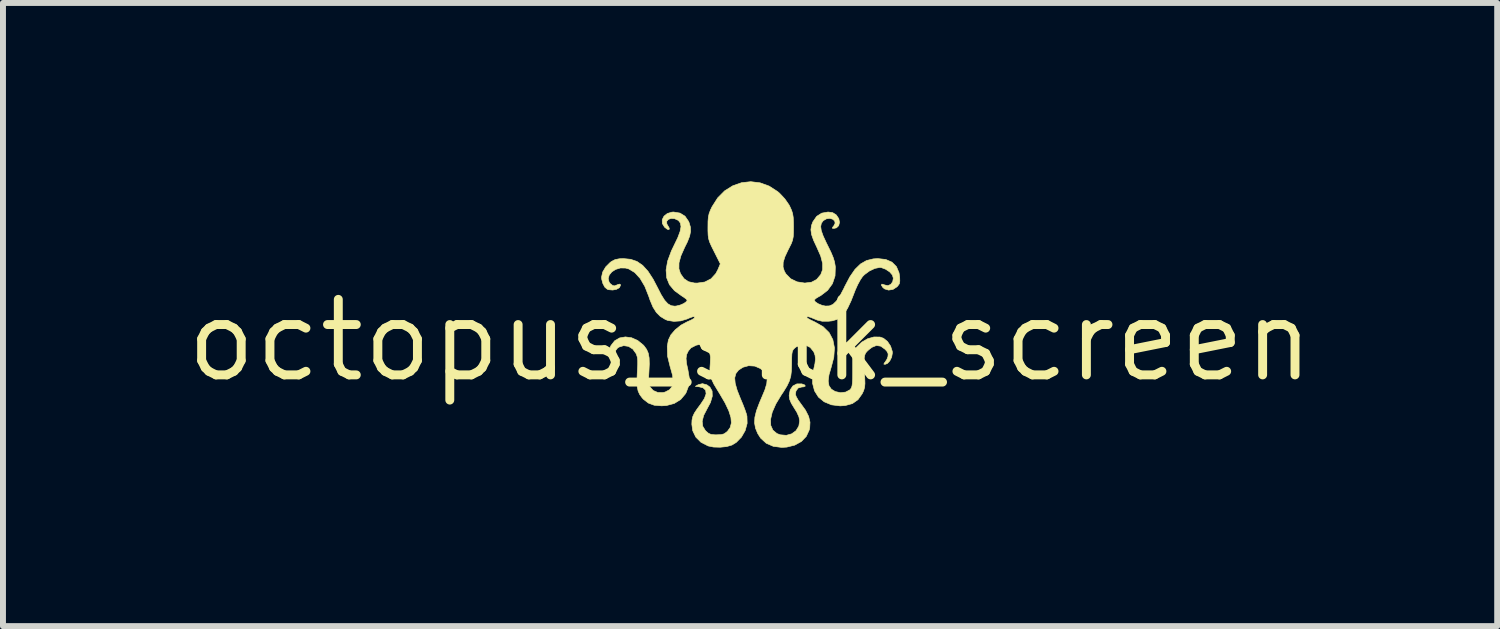
<source format=kicad_pcb>
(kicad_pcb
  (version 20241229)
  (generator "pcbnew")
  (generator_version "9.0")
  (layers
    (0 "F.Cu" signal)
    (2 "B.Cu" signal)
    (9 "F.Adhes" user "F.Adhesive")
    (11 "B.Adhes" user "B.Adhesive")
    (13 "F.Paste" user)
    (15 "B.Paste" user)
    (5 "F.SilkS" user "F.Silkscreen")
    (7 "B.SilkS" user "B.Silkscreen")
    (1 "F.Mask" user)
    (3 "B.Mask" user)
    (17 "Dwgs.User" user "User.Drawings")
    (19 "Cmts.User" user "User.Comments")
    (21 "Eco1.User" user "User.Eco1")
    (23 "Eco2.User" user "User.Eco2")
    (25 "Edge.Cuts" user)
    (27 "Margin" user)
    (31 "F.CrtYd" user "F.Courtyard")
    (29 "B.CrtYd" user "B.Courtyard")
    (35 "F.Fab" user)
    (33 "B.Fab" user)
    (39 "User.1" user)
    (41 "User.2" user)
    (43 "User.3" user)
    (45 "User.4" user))
  (footprint "octopus_silk_screen"
    (layer "F.Cu")
    (at 9.563 2.674)
    (property "Reference" "octopus_silk_screen" (at 0 0 0) (layer "F.SilkS") (effects (font (size 1.27 1.27) (thickness 0.15))))
    (attr through_hole)
    (fp_poly (pts (xy 0.168 -2.65) (xy 0.32 -2.595) (xy 0.464 -2.502) (xy 0.496 -2.474) (xy 0.584 -2.38) (xy 0.655 -2.278) (xy 0.67 -2.248) (xy 0.698 -2.186) (xy 0.715 -2.131) (xy 0.725 -2.068) (xy 0.729 -1.985) (xy 0.73 -1.912) (xy 0.729 -1.814) (xy 0.725 -1.743) (xy 0.714 -1.687) (xy 0.694 -1.631) (xy 0.659 -1.561) (xy 0.64 -1.524) (xy 0.585 -1.407) (xy 0.556 -1.313) (xy 0.554 -1.234) (xy 0.576 -1.163) (xy 0.602 -1.119) (xy 0.682 -1.037) (xy 0.789 -0.985) (xy 0.916 -0.965) (xy 0.923 -0.965) (xy 1.033 -0.979) (xy 1.119 -1.025) (xy 1.188 -1.107) (xy 1.219 -1.191) (xy 1.219 -1.295) (xy 1.187 -1.419) (xy 1.124 -1.562) (xy 1.067 -1.684) (xy 1.033 -1.781) (xy 1.022 -1.861) (xy 1.032 -1.933) (xy 1.055 -1.994) (xy 1.119 -2.086) (xy 1.204 -2.14) (xy 1.31 -2.159) (xy 1.311 -2.159) (xy 1.387 -2.149) (xy 1.445 -2.113) (xy 1.451 -2.107) (xy 1.491 -2.047) (xy 1.503 -1.985) (xy 1.489 -1.929) (xy 1.452 -1.893) (xy 1.411 -1.884) (xy 1.383 -1.886) (xy 1.386 -1.901) (xy 1.406 -1.924) (xy 1.43 -1.971) (xy 1.421 -2.01) (xy 1.387 -2.039) (xy 1.339 -2.052) (xy 1.284 -2.045) (xy 1.232 -2.015) (xy 1.228 -2.011) (xy 1.197 -1.968) (xy 1.187 -1.915) (xy 1.196 -1.847) (xy 1.228 -1.757) (xy 1.282 -1.64) (xy 1.303 -1.598) (xy 1.359 -1.484) (xy 1.396 -1.396) (xy 1.419 -1.322) (xy 1.431 -1.252) (xy 1.433 -1.233) (xy 1.428 -1.084) (xy 1.384 -0.953) (xy 1.303 -0.842) (xy 1.187 -0.753) (xy 1.16 -0.739) (xy 1.11 -0.709) (xy 1.082 -0.684) (xy 1.079 -0.677) (xy 1.098 -0.647) (xy 1.146 -0.616) (xy 1.21 -0.59) (xy 1.265 -0.578) (xy 1.332 -0.58) (xy 1.393 -0.606) (xy 1.451 -0.662) (xy 1.511 -0.75) (xy 1.577 -0.875) (xy 1.59 -0.904) (xy 1.677 -1.069) (xy 1.764 -1.195) (xy 1.856 -1.285) (xy 1.957 -1.343) (xy 2.071 -1.371) (xy 2.147 -1.376) (xy 2.281 -1.361) (xy 2.385 -1.316) (xy 2.46 -1.241) (xy 2.504 -1.137) (xy 2.515 -1.067) (xy 2.517 -0.997) (xy 2.509 -0.952) (xy 2.483 -0.916) (xy 2.469 -0.901) (xy 2.403 -0.858) (xy 2.329 -0.846) (xy 2.262 -0.866) (xy 2.233 -0.889) (xy 2.207 -0.929) (xy 2.215 -0.947) (xy 2.253 -0.937) (xy 2.263 -0.932) (xy 2.318 -0.921) (xy 2.366 -0.943) (xy 2.398 -0.988) (xy 2.408 -1.047) (xy 2.392 -1.1) (xy 2.347 -1.152) (xy 2.279 -1.197) (xy 2.207 -1.224) (xy 2.18 -1.227) (xy 2.098 -1.211) (xy 2.007 -1.168) (xy 1.924 -1.107) (xy 1.891 -1.074) (xy 1.853 -1.018) (xy 1.809 -0.937) (xy 1.768 -0.846) (xy 1.759 -0.822) (xy 1.697 -0.664) (xy 1.64 -0.543) (xy 1.584 -0.454) (xy 1.524 -0.392) (xy 1.457 -0.352) (xy 1.379 -0.329) (xy 1.313 -0.322) (xy 1.214 -0.322) (xy 1.128 -0.342) (xy 1.09 -0.358) (xy 1.017 -0.388) (xy 0.974 -0.4) (xy 0.955 -0.396) (xy 0.953 -0.386) (xy 0.97 -0.37) (xy 1.018 -0.343) (xy 1.084 -0.312) (xy 1.09 -0.309) (xy 1.227 -0.231) (xy 1.328 -0.132) (xy 1.391 -0.013) (xy 1.418 0.126) (xy 1.407 0.285) (xy 1.365 0.445) (xy 1.326 0.579) (xy 1.313 0.683) (xy 1.326 0.762) (xy 1.366 0.82) (xy 1.432 0.86) (xy 1.52 0.879) (xy 1.606 0.869) (xy 1.676 0.832) (xy 1.687 0.821) (xy 1.702 0.799) (xy 1.713 0.767) (xy 1.72 0.718) (xy 1.724 0.646) (xy 1.725 0.541) (xy 1.725 0.487) (xy 1.725 0.195) (xy 1.79 0.113) (xy 1.876 0.03) (xy 1.976 -0.028) (xy 2.082 -0.058) (xy 2.183 -0.057) (xy 2.243 -0.036) (xy 2.309 0.017) (xy 2.362 0.096) (xy 2.39 0.183) (xy 2.392 0.212) (xy 2.38 0.281) (xy 2.349 0.344) (xy 2.308 0.388) (xy 2.271 0.402) (xy 2.249 0.399) (xy 2.256 0.381) (xy 2.27 0.365) (xy 2.301 0.316) (xy 2.318 0.27) (xy 2.321 0.225) (xy 2.301 0.184) (xy 2.269 0.149) (xy 2.197 0.097) (xy 2.124 0.085) (xy 2.048 0.116) (xy 1.995 0.157) (xy 1.964 0.186) (xy 1.942 0.213) (xy 1.928 0.246) (xy 1.919 0.291) (xy 1.917 0.354) (xy 1.919 0.442) (xy 1.924 0.563) (xy 1.928 0.635) (xy 1.931 0.725) (xy 1.925 0.789) (xy 1.909 0.845) (xy 1.883 0.899) (xy 1.813 0.997) (xy 1.72 1.062) (xy 1.6 1.095) (xy 1.514 1.101) (xy 1.368 1.083) (xy 1.245 1.032) (xy 1.149 0.953) (xy 1.083 0.848) (xy 1.05 0.721) (xy 1.051 0.577) (xy 1.066 0.498) (xy 1.09 0.391) (xy 1.099 0.313) (xy 1.092 0.251) (xy 1.071 0.194) (xy 1.069 0.19) (xy 1.011 0.118) (xy 0.936 0.08) (xy 0.853 0.077) (xy 0.772 0.111) (xy 0.746 0.132) (xy 0.724 0.156) (xy 0.71 0.186) (xy 0.702 0.23) (xy 0.699 0.299) (xy 0.698 0.39) (xy 0.695 0.507) (xy 0.684 0.6) (xy 0.66 0.682) (xy 0.62 0.766) (xy 0.56 0.864) (xy 0.526 0.914) (xy 0.433 1.068) (xy 0.372 1.206) (xy 0.344 1.328) (xy 0.347 1.429) (xy 0.383 1.509) (xy 0.451 1.566) (xy 0.507 1.587) (xy 0.608 1.596) (xy 0.699 1.571) (xy 0.772 1.518) (xy 0.819 1.441) (xy 0.833 1.353) (xy 0.821 1.286) (xy 0.786 1.208) (xy 0.744 1.14) (xy 0.693 1.057) (xy 0.666 0.993) (xy 0.657 0.933) (xy 0.657 0.923) (xy 0.674 0.832) (xy 0.719 0.766) (xy 0.786 0.731) (xy 0.869 0.731) (xy 0.918 0.749) (xy 0.928 0.768) (xy 0.899 0.781) (xy 0.869 0.783) (xy 0.807 0.801) (xy 0.771 0.851) (xy 0.762 0.907) (xy 0.775 0.945) (xy 0.807 1.002) (xy 0.844 1.053) (xy 0.931 1.173) (xy 0.984 1.278) (xy 1.007 1.375) (xy 1.002 1.471) (xy 0.994 1.506) (xy 0.944 1.614) (xy 0.861 1.7) (xy 0.75 1.761) (xy 0.616 1.794) (xy 0.531 1.799) (xy 0.39 1.781) (xy 0.271 1.729) (xy 0.177 1.643) (xy 0.128 1.566) (xy 0.091 1.477) (xy 0.075 1.388) (xy 0.08 1.292) (xy 0.107 1.182) (xy 0.157 1.049) (xy 0.191 0.969) (xy 0.248 0.833) (xy 0.28 0.726) (xy 0.287 0.641) (xy 0.27 0.573) (xy 0.227 0.516) (xy 0.171 0.472) (xy 0.079 0.432) (xy -0.024 0.425) (xy -0.119 0.451) (xy -0.123 0.453) (xy -0.195 0.5) (xy -0.24 0.558) (xy -0.259 0.63) (xy -0.251 0.721) (xy -0.218 0.838) (xy -0.163 0.977) (xy -0.122 1.074) (xy -0.087 1.165) (xy -0.062 1.238) (xy -0.053 1.275) (xy -0.05 1.395) (xy -0.083 1.516) (xy -0.146 1.626) (xy -0.233 1.715) (xy -0.305 1.759) (xy -0.394 1.785) (xy -0.504 1.796) (xy -0.615 1.793) (xy -0.708 1.774) (xy -0.709 1.773) (xy -0.827 1.712) (xy -0.913 1.626) (xy -0.965 1.518) (xy -0.98 1.41) (xy -0.977 1.34) (xy -0.964 1.281) (xy -0.937 1.222) (xy -0.89 1.151) (xy -0.834 1.076) (xy -0.769 0.978) (xy -0.74 0.898) (xy -0.748 0.837) (xy -0.791 0.797) (xy -0.857 0.78) (xy -0.921 0.772) (xy -0.871 0.744) (xy -0.801 0.727) (xy -0.727 0.747) (xy -0.677 0.784) (xy -0.639 0.851) (xy -0.636 0.938) (xy -0.667 1.044) (xy -0.72 1.143) (xy -0.781 1.261) (xy -0.806 1.359) (xy -0.797 1.443) (xy -0.752 1.516) (xy -0.742 1.526) (xy -0.7 1.562) (xy -0.656 1.581) (xy -0.593 1.587) (xy -0.561 1.587) (xy -0.487 1.584) (xy -0.438 1.571) (xy -0.397 1.542) (xy -0.379 1.526) (xy -0.334 1.463) (xy -0.315 1.387) (xy -0.323 1.295) (xy -0.358 1.184) (xy -0.421 1.051) (xy -0.514 0.892) (xy -0.548 0.837) (xy -0.611 0.732) (xy -0.651 0.646) (xy -0.672 0.565) (xy -0.676 0.475) (xy -0.67 0.384) (xy -0.666 0.279) (xy -0.681 0.202) (xy -0.717 0.143) (xy -0.767 0.099) (xy -0.808 0.073) (xy -0.848 0.068) (xy -0.904 0.08) (xy -0.91 0.082) (xy -0.994 0.125) (xy -1.038 0.176) (xy -1.067 0.236) (xy -1.077 0.302) (xy -1.07 0.385) (xy -1.046 0.494) (xy -1.022 0.636) (xy -1.032 0.76) (xy -1.076 0.877) (xy -1.089 0.9) (xy -1.168 0.994) (xy -1.276 1.06) (xy -1.407 1.095) (xy -1.488 1.1) (xy -1.612 1.09) (xy -1.71 1.054) (xy -1.794 0.989) (xy -1.814 0.967) (xy -1.855 0.912) (xy -1.883 0.852) (xy -1.898 0.779) (xy -1.903 0.684) (xy -1.898 0.558) (xy -1.896 0.517) (xy -1.89 0.411) (xy -1.89 0.337) (xy -1.896 0.283) (xy -1.91 0.239) (xy -1.917 0.222) (xy -1.972 0.146) (xy -2.045 0.1) (xy -2.126 0.088) (xy -2.205 0.112) (xy -2.23 0.129) (xy -2.275 0.188) (xy -2.286 0.262) (xy -2.264 0.338) (xy -2.253 0.355) (xy -2.233 0.389) (xy -2.24 0.401) (xy -2.25 0.402) (xy -2.298 0.383) (xy -2.335 0.334) (xy -2.358 0.264) (xy -2.365 0.187) (xy -2.351 0.111) (xy -2.34 0.087) (xy -2.278 0.007) (xy -2.194 -0.042) (xy -2.097 -0.059) (xy -1.994 -0.045) (xy -1.891 0.000476) (xy -1.797 0.077) (xy -1.784 0.091) (xy -1.741 0.15) (xy -1.713 0.214) (xy -1.698 0.294) (xy -1.695 0.397) (xy -1.701 0.522) (xy -1.707 0.626) (xy -1.706 0.698) (xy -1.697 0.749) (xy -1.684 0.782) (xy -1.63 0.842) (xy -1.553 0.875) (xy -1.465 0.877) (xy -1.429 0.868) (xy -1.355 0.83) (xy -1.31 0.773) (xy -1.293 0.693) (xy -1.304 0.586) (xy -1.342 0.45) (xy -1.344 0.445) (xy -1.388 0.266) (xy -1.393 0.1) (xy -1.374 -0.007) (xy -1.332 -0.094) (xy -1.258 -0.18) (xy -1.162 -0.257) (xy -1.054 -0.315) (xy -1.053 -0.315) (xy -0.989 -0.344) (xy -0.945 -0.369) (xy -0.931 -0.383) (xy -0.94 -0.399) (xy -0.968 -0.397) (xy -1.025 -0.376) (xy -1.061 -0.36) (xy -1.168 -0.328) (xy -1.281 -0.32) (xy -1.385 -0.336) (xy -1.425 -0.352) (xy -1.51 -0.404) (xy -1.577 -0.471) (xy -1.633 -0.56) (xy -1.683 -0.679) (xy -1.704 -0.741) (xy -1.77 -0.908) (xy -1.849 -1.042) (xy -1.939 -1.141) (xy -2.038 -1.201) (xy -2.095 -1.217) (xy -2.182 -1.218) (xy -2.261 -1.194) (xy -2.325 -1.153) (xy -2.369 -1.099) (xy -2.386 -1.04) (xy -2.371 -0.98) (xy -2.35 -0.953) (xy -2.31 -0.923) (xy -2.279 -0.917) (xy -2.279 -0.917) (xy -2.221 -0.94) (xy -2.192 -0.947) (xy -2.181 -0.939) (xy -2.18 -0.924) (xy -2.199 -0.886) (xy -2.247 -0.859) (xy -2.311 -0.847) (xy -2.38 -0.853) (xy -2.401 -0.86) (xy -2.443 -0.895) (xy -2.476 -0.957) (xy -2.496 -1.032) (xy -2.498 -1.065) (xy -2.479 -1.15) (xy -2.428 -1.236) (xy -2.352 -1.312) (xy -2.33 -1.328) (xy -2.27 -1.359) (xy -2.199 -1.373) (xy -2.131 -1.376) (xy -2.009 -1.364) (xy -1.903 -1.328) (xy -1.807 -1.262) (xy -1.718 -1.164) (xy -1.631 -1.03) (xy -1.562 -0.898) (xy -1.496 -0.769) (xy -1.438 -0.676) (xy -1.383 -0.616) (xy -1.327 -0.584) (xy -1.267 -0.576) (xy -1.244 -0.578) (xy -1.177 -0.594) (xy -1.115 -0.621) (xy -1.072 -0.652) (xy -1.058 -0.676) (xy -1.075 -0.696) (xy -1.118 -0.728) (xy -1.151 -0.749) (xy -1.272 -0.837) (xy -1.356 -0.937) (xy -1.403 -1.053) (xy -1.413 -1.184) (xy -1.387 -1.334) (xy -1.324 -1.504) (xy -1.281 -1.593) (xy -1.216 -1.728) (xy -1.177 -1.833) (xy -1.162 -1.913) (xy -1.172 -1.973) (xy -1.204 -2.015) (xy -1.211 -2.02) (xy -1.272 -2.048) (xy -1.33 -2.051) (xy -1.376 -2.034) (xy -1.403 -2.001) (xy -1.4 -1.957) (xy -1.386 -1.934) (xy -1.359 -1.887) (xy -1.363 -1.863) (xy -1.391 -1.868) (xy -1.437 -1.903) (xy -1.439 -1.905) (xy -1.476 -1.966) (xy -1.478 -2.03) (xy -1.448 -2.089) (xy -1.392 -2.134) (xy -1.315 -2.157) (xy -1.287 -2.159) (xy -1.179 -2.141) (xy -1.095 -2.089) (xy -1.035 -2.002) (xy -1.026 -1.981) (xy -1.004 -1.906) (xy -1.001 -1.833) (xy -1.017 -1.753) (xy -1.055 -1.656) (xy -1.101 -1.564) (xy -1.164 -1.422) (xy -1.196 -1.304) (xy -1.197 -1.204) (xy -1.171 -1.123) (xy -1.111 -1.038) (xy -1.035 -0.987) (xy -0.935 -0.965) (xy -0.889 -0.964) (xy -0.762 -0.982) (xy -0.657 -1.036) (xy -0.577 -1.124) (xy -0.542 -1.19) (xy -0.501 -1.288) (xy -0.605 -1.495) (xy -0.651 -1.587) (xy -0.681 -1.655) (xy -0.698 -1.711) (xy -0.706 -1.769) (xy -0.709 -1.843) (xy -0.709 -1.904) (xy -0.708 -2.003) (xy -0.702 -2.075) (xy -0.689 -2.134) (xy -0.666 -2.194) (xy -0.64 -2.248) (xy -0.545 -2.397) (xy -0.428 -2.515) (xy -0.292 -2.6) (xy -0.144 -2.652) (xy 0.011 -2.669) (xy 0.168 -2.65)) (stroke (width 0.01) (type solid)) (fill yes) (layer "F.SilkS")))
  (gr_rect
    (start -3 -3)
    (end 22.125 7.478)
    (stroke (width 0.1) (type default))
    (fill no)
    (layer "Edge.Cuts")))
</source>
